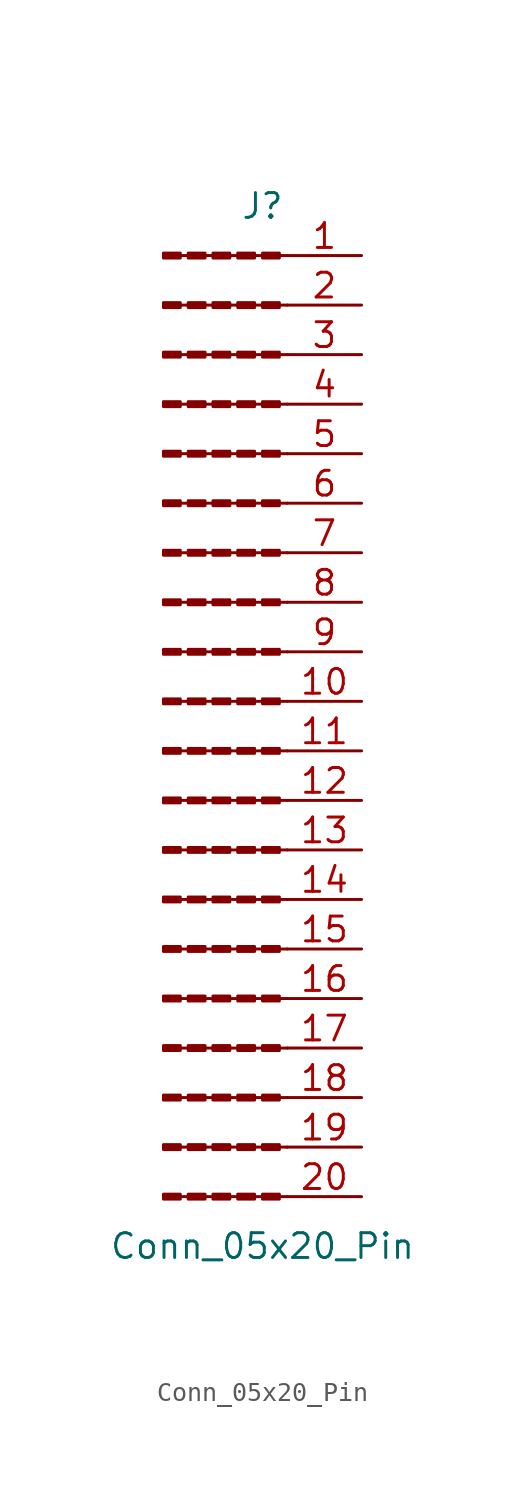
<source format=kicad_sym>
(kicad_symbol_lib
  (version 20220914)
  (generator kicad_symbol_editor)
  (symbol "Conn_05x20_Pin"
    (pin_names
      (offset 1.016) hide)
    (property "Reference" "J"
      (at 0 25.4 0)
      (effects (font (size 1.27 1.27))))
    (property "Value" "Conn_05x20_Pin"
      (at 0 -27.94 0)
      (effects (font (size 1.27 1.27))))
    (property "ki_locked" ""
      (at 0 0 0)
      (effects (font (size 1.27 1.27))))
    (symbol "Conn_05x20_Pin_1_1"
      (rectangle (start -5.08 -25.273) (end -4.216 -25.527) (stroke (width 0.152) (type default)) (fill (type outline)))
      (rectangle (start -5.08 0.127) (end -4.216 -0.127) (stroke (width 0.152) (type default)) (fill (type outline)))
      (rectangle (start -4.216 -22.733) (end -5.08 -22.987) (stroke (width 0.152) (type default)) (fill (type outline)))
      (rectangle (start -4.216 -20.193) (end -5.08 -20.447) (stroke (width 0.152) (type default)) (fill (type outline)))
      (rectangle (start -4.216 -17.653) (end -5.08 -17.907) (stroke (width 0.152) (type default)) (fill (type outline)))
      (rectangle (start -4.216 -15.113) (end -5.08 -15.367) (stroke (width 0.152) (type default)) (fill (type outline)))
      (rectangle (start -4.216 -12.573) (end -5.08 -12.827) (stroke (width 0.152) (type default)) (fill (type outline)))
      (rectangle (start -4.216 -10.033) (end -5.08 -10.287) (stroke (width 0.152) (type default)) (fill (type outline)))
      (rectangle (start -4.216 -7.493) (end -5.08 -7.747) (stroke (width 0.152) (type default)) (fill (type outline)))
      (rectangle (start -4.216 -4.953) (end -5.08 -5.207) (stroke (width 0.152) (type default)) (fill (type outline)))
      (rectangle (start -4.216 -2.413) (end -5.08 -2.667) (stroke (width 0.152) (type default)) (fill (type outline)))
      (rectangle (start -4.216 2.667) (end -5.08 2.413) (stroke (width 0.152) (type default)) (fill (type outline)))
      (rectangle (start -4.216 5.207) (end -5.08 4.953) (stroke (width 0.152) (type default)) (fill (type outline)))
      (rectangle (start -4.216 7.747) (end -5.08 7.493) (stroke (width 0.152) (type default)) (fill (type outline)))
      (rectangle (start -4.216 10.287) (end -5.08 10.033) (stroke (width 0.152) (type default)) (fill (type outline)))
      (rectangle (start -4.216 12.827) (end -5.08 12.573) (stroke (width 0.152) (type default)) (fill (type outline)))
      (rectangle (start -4.216 15.367) (end -5.08 15.113) (stroke (width 0.152) (type default)) (fill (type outline)))
      (rectangle (start -4.216 17.907) (end -5.08 17.653) (stroke (width 0.152) (type default)) (fill (type outline)))
      (rectangle (start -4.216 20.447) (end -5.08 20.193) (stroke (width 0.152) (type default)) (fill (type outline)))
      (rectangle (start -4.216 22.987) (end -5.08 22.733) (stroke (width 0.152) (type default)) (fill (type outline)))
      (rectangle (start -3.81 -25.273) (end -2.946 -25.527) (stroke (width 0.152) (type default)) (fill (type outline)))
      (rectangle (start -3.81 0.127) (end -2.946 -0.127) (stroke (width 0.152) (type default)) (fill (type outline)))
      (rectangle (start -2.946 -22.733) (end -3.81 -22.987) (stroke (width 0.152) (type default)) (fill (type outline)))
      (rectangle (start -2.946 -20.193) (end -3.81 -20.447) (stroke (width 0.152) (type default)) (fill (type outline)))
      (rectangle (start -2.946 -17.653) (end -3.81 -17.907) (stroke (width 0.152) (type default)) (fill (type outline)))
      (rectangle (start -2.946 -15.113) (end -3.81 -15.367) (stroke (width 0.152) (type default)) (fill (type outline)))
      (rectangle (start -2.946 -12.573) (end -3.81 -12.827) (stroke (width 0.152) (type default)) (fill (type outline)))
      (rectangle (start -2.946 -10.033) (end -3.81 -10.287) (stroke (width 0.152) (type default)) (fill (type outline)))
      (rectangle (start -2.946 -7.493) (end -3.81 -7.747) (stroke (width 0.152) (type default)) (fill (type outline)))
      (rectangle (start -2.946 -4.953) (end -3.81 -5.207) (stroke (width 0.152) (type default)) (fill (type outline)))
      (rectangle (start -2.946 -2.413) (end -3.81 -2.667) (stroke (width 0.152) (type default)) (fill (type outline)))
      (rectangle (start -2.946 2.667) (end -3.81 2.413) (stroke (width 0.152) (type default)) (fill (type outline)))
      (rectangle (start -2.946 5.207) (end -3.81 4.953) (stroke (width 0.152) (type default)) (fill (type outline)))
      (rectangle (start -2.946 7.747) (end -3.81 7.493) (stroke (width 0.152) (type default)) (fill (type outline)))
      (rectangle (start -2.946 10.287) (end -3.81 10.033) (stroke (width 0.152) (type default)) (fill (type outline)))
      (rectangle (start -2.946 12.827) (end -3.81 12.573) (stroke (width 0.152) (type default)) (fill (type outline)))
      (rectangle (start -2.946 15.367) (end -3.81 15.113) (stroke (width 0.152) (type default)) (fill (type outline)))
      (rectangle (start -2.946 17.907) (end -3.81 17.653) (stroke (width 0.152) (type default)) (fill (type outline)))
      (rectangle (start -2.946 20.447) (end -3.81 20.193) (stroke (width 0.152) (type default)) (fill (type outline)))
      (rectangle (start -2.946 22.987) (end -3.81 22.733) (stroke (width 0.152) (type default)) (fill (type outline)))
      (rectangle (start -2.54 -25.273) (end -1.676 -25.527) (stroke (width 0.152) (type default)) (fill (type outline)))
      (rectangle (start -2.54 0.127) (end -1.676 -0.127) (stroke (width 0.152) (type default)) (fill (type outline)))
      (rectangle (start -1.676 -22.733) (end -2.54 -22.987) (stroke (width 0.152) (type default)) (fill (type outline)))
      (rectangle (start -1.676 -20.193) (end -2.54 -20.447) (stroke (width 0.152) (type default)) (fill (type outline)))
      (rectangle (start -1.676 -17.653) (end -2.54 -17.907) (stroke (width 0.152) (type default)) (fill (type outline)))
      (rectangle (start -1.676 -15.113) (end -2.54 -15.367) (stroke (width 0.152) (type default)) (fill (type outline)))
      (rectangle (start -1.676 -12.573) (end -2.54 -12.827) (stroke (width 0.152) (type default)) (fill (type outline)))
      (rectangle (start -1.676 -10.033) (end -2.54 -10.287) (stroke (width 0.152) (type default)) (fill (type outline)))
      (rectangle (start -1.676 -7.493) (end -2.54 -7.747) (stroke (width 0.152) (type default)) (fill (type outline)))
      (rectangle (start -1.676 -4.953) (end -2.54 -5.207) (stroke (width 0.152) (type default)) (fill (type outline)))
      (rectangle (start -1.676 -2.413) (end -2.54 -2.667) (stroke (width 0.152) (type default)) (fill (type outline)))
      (rectangle (start -1.676 2.667) (end -2.54 2.413) (stroke (width 0.152) (type default)) (fill (type outline)))
      (rectangle (start -1.676 5.207) (end -2.54 4.953) (stroke (width 0.152) (type default)) (fill (type outline)))
      (rectangle (start -1.676 7.747) (end -2.54 7.493) (stroke (width 0.152) (type default)) (fill (type outline)))
      (rectangle (start -1.676 10.287) (end -2.54 10.033) (stroke (width 0.152) (type default)) (fill (type outline)))
      (rectangle (start -1.676 12.827) (end -2.54 12.573) (stroke (width 0.152) (type default)) (fill (type outline)))
      (rectangle (start -1.676 15.367) (end -2.54 15.113) (stroke (width 0.152) (type default)) (fill (type outline)))
      (rectangle (start -1.676 17.907) (end -2.54 17.653) (stroke (width 0.152) (type default)) (fill (type outline)))
      (rectangle (start -1.676 20.447) (end -2.54 20.193) (stroke (width 0.152) (type default)) (fill (type outline)))
      (rectangle (start -1.676 22.987) (end -2.54 22.733) (stroke (width 0.152) (type default)) (fill (type outline)))
      (rectangle (start -1.27 -25.273) (end -0.406 -25.527) (stroke (width 0.152) (type default)) (fill (type outline)))
      (rectangle (start -1.27 0.127) (end -0.406 -0.127) (stroke (width 0.152) (type default)) (fill (type outline)))
      (rectangle (start -0.406 -22.733) (end -1.27 -22.987) (stroke (width 0.152) (type default)) (fill (type outline)))
      (rectangle (start -0.406 -20.193) (end -1.27 -20.447) (stroke (width 0.152) (type default)) (fill (type outline)))
      (rectangle (start -0.406 -17.653) (end -1.27 -17.907) (stroke (width 0.152) (type default)) (fill (type outline)))
      (rectangle (start -0.406 -15.113) (end -1.27 -15.367) (stroke (width 0.152) (type default)) (fill (type outline)))
      (rectangle (start -0.406 -12.573) (end -1.27 -12.827) (stroke (width 0.152) (type default)) (fill (type outline)))
      (rectangle (start -0.406 -10.033) (end -1.27 -10.287) (stroke (width 0.152) (type default)) (fill (type outline)))
      (rectangle (start -0.406 -7.493) (end -1.27 -7.747) (stroke (width 0.152) (type default)) (fill (type outline)))
      (rectangle (start -0.406 -4.953) (end -1.27 -5.207) (stroke (width 0.152) (type default)) (fill (type outline)))
      (rectangle (start -0.406 -2.413) (end -1.27 -2.667) (stroke (width 0.152) (type default)) (fill (type outline)))
      (rectangle (start -0.406 2.667) (end -1.27 2.413) (stroke (width 0.152) (type default)) (fill (type outline)))
      (rectangle (start -0.406 5.207) (end -1.27 4.953) (stroke (width 0.152) (type default)) (fill (type outline)))
      (rectangle (start -0.406 7.747) (end -1.27 7.493) (stroke (width 0.152) (type default)) (fill (type outline)))
      (rectangle (start -0.406 10.287) (end -1.27 10.033) (stroke (width 0.152) (type default)) (fill (type outline)))
      (rectangle (start -0.406 12.827) (end -1.27 12.573) (stroke (width 0.152) (type default)) (fill (type outline)))
      (rectangle (start -0.406 15.367) (end -1.27 15.113) (stroke (width 0.152) (type default)) (fill (type outline)))
      (rectangle (start -0.406 17.907) (end -1.27 17.653) (stroke (width 0.152) (type default)) (fill (type outline)))
      (rectangle (start -0.406 20.447) (end -1.27 20.193) (stroke (width 0.152) (type default)) (fill (type outline)))
      (rectangle (start -0.406 22.987) (end -1.27 22.733) (stroke (width 0.152) (type default)) (fill (type outline)))
      (rectangle (start 0 -25.273) (end 0.864 -25.527) (stroke (width 0.152) (type default)) (fill (type outline)))
      (polyline (pts (xy -3.81 -25.4) (xy -4.216 -25.4)) (stroke (width 0.152) (type default)) (fill (type none)))
      (polyline (pts (xy -3.81 -22.86) (xy -4.216 -22.86)) (stroke (width 0.152) (type default)) (fill (type none)))
      (polyline (pts (xy -3.81 -20.32) (xy -4.216 -20.32)) (stroke (width 0.152) (type default)) (fill (type none)))
      (polyline (pts (xy -3.81 -17.78) (xy -4.216 -17.78)) (stroke (width 0.152) (type default)) (fill (type none)))
      (polyline (pts (xy -3.81 -15.24) (xy -4.216 -15.24)) (stroke (width 0.152) (type default)) (fill (type none)))
      (polyline (pts (xy -3.81 -12.7) (xy -4.216 -12.7)) (stroke (width 0.152) (type default)) (fill (type none)))
      (polyline (pts (xy -3.81 -10.16) (xy -4.216 -10.16)) (stroke (width 0.152) (type default)) (fill (type none)))
      (polyline (pts (xy -3.81 -7.62) (xy -4.216 -7.62)) (stroke (width 0.152) (type default)) (fill (type none)))
      (polyline (pts (xy -3.81 -5.08) (xy -4.216 -5.08)) (stroke (width 0.152) (type default)) (fill (type none)))
      (polyline (pts (xy -3.81 -2.54) (xy -4.216 -2.54)) (stroke (width 0.152) (type default)) (fill (type none)))
      (polyline (pts (xy -3.81 0) (xy -4.216 0)) (stroke (width 0.152) (type default)) (fill (type none)))
      (polyline (pts (xy -3.81 2.54) (xy -4.216 2.54)) (stroke (width 0.152) (type default)) (fill (type none)))
      (polyline (pts (xy -3.81 5.08) (xy -4.216 5.08)) (stroke (width 0.152) (type default)) (fill (type none)))
      (polyline (pts (xy -3.81 7.62) (xy -4.216 7.62)) (stroke (width 0.152) (type default)) (fill (type none)))
      (polyline (pts (xy -3.81 10.16) (xy -4.216 10.16)) (stroke (width 0.152) (type default)) (fill (type none)))
      (polyline (pts (xy -3.81 12.7) (xy -4.216 12.7)) (stroke (width 0.152) (type default)) (fill (type none)))
      (polyline (pts (xy -3.81 15.24) (xy -4.216 15.24)) (stroke (width 0.152) (type default)) (fill (type none)))
      (polyline (pts (xy -3.81 17.78) (xy -4.216 17.78)) (stroke (width 0.152) (type default)) (fill (type none)))
      (polyline (pts (xy -3.81 20.32) (xy -4.216 20.32)) (stroke (width 0.152) (type default)) (fill (type none)))
      (polyline (pts (xy -3.81 22.86) (xy -4.216 22.86)) (stroke (width 0.152) (type default)) (fill (type none)))
      (polyline (pts (xy -2.54 -25.4) (xy -2.946 -25.4)) (stroke (width 0.152) (type default)) (fill (type none)))
      (polyline (pts (xy -2.54 -22.86) (xy -2.946 -22.86)) (stroke (width 0.152) (type default)) (fill (type none)))
      (polyline (pts (xy -2.54 -20.32) (xy -2.946 -20.32)) (stroke (width 0.152) (type default)) (fill (type none)))
      (polyline (pts (xy -2.54 -17.78) (xy -2.946 -17.78)) (stroke (width 0.152) (type default)) (fill (type none)))
      (polyline (pts (xy -2.54 -15.24) (xy -2.946 -15.24)) (stroke (width 0.152) (type default)) (fill (type none)))
      (polyline (pts (xy -2.54 -12.7) (xy -2.946 -12.7)) (stroke (width 0.152) (type default)) (fill (type none)))
      (polyline (pts (xy -2.54 -10.16) (xy -2.946 -10.16)) (stroke (width 0.152) (type default)) (fill (type none)))
      (polyline (pts (xy -2.54 -7.62) (xy -2.946 -7.62)) (stroke (width 0.152) (type default)) (fill (type none)))
      (polyline (pts (xy -2.54 -5.08) (xy -2.946 -5.08)) (stroke (width 0.152) (type default)) (fill (type none)))
      (polyline (pts (xy -2.54 -2.54) (xy -2.946 -2.54)) (stroke (width 0.152) (type default)) (fill (type none)))
      (polyline (pts (xy -2.54 0) (xy -2.946 0)) (stroke (width 0.152) (type default)) (fill (type none)))
      (polyline (pts (xy -2.54 2.54) (xy -2.946 2.54)) (stroke (width 0.152) (type default)) (fill (type none)))
      (polyline (pts (xy -2.54 5.08) (xy -2.946 5.08)) (stroke (width 0.152) (type default)) (fill (type none)))
      (polyline (pts (xy -2.54 7.62) (xy -2.946 7.62)) (stroke (width 0.152) (type default)) (fill (type none)))
      (polyline (pts (xy -2.54 10.16) (xy -2.946 10.16)) (stroke (width 0.152) (type default)) (fill (type none)))
      (polyline (pts (xy -2.54 12.7) (xy -2.946 12.7)) (stroke (width 0.152) (type default)) (fill (type none)))
      (polyline (pts (xy -2.54 15.24) (xy -2.946 15.24)) (stroke (width 0.152) (type default)) (fill (type none)))
      (polyline (pts (xy -2.54 17.78) (xy -2.946 17.78)) (stroke (width 0.152) (type default)) (fill (type none)))
      (polyline (pts (xy -2.54 20.32) (xy -2.946 20.32)) (stroke (width 0.152) (type default)) (fill (type none)))
      (polyline (pts (xy -2.54 22.86) (xy -2.946 22.86)) (stroke (width 0.152) (type default)) (fill (type none)))
      (polyline (pts (xy -1.27 -25.4) (xy -1.676 -25.4)) (stroke (width 0.152) (type default)) (fill (type none)))
      (polyline (pts (xy -1.27 -22.86) (xy -1.676 -22.86)) (stroke (width 0.152) (type default)) (fill (type none)))
      (polyline (pts (xy -1.27 -20.32) (xy -1.676 -20.32)) (stroke (width 0.152) (type default)) (fill (type none)))
      (polyline (pts (xy -1.27 -17.78) (xy -1.676 -17.78)) (stroke (width 0.152) (type default)) (fill (type none)))
      (polyline (pts (xy -1.27 -15.24) (xy -1.676 -15.24)) (stroke (width 0.152) (type default)) (fill (type none)))
      (polyline (pts (xy -1.27 -12.7) (xy -1.676 -12.7)) (stroke (width 0.152) (type default)) (fill (type none)))
      (polyline (pts (xy -1.27 -10.16) (xy -1.676 -10.16)) (stroke (width 0.152) (type default)) (fill (type none)))
      (polyline (pts (xy -1.27 -7.62) (xy -1.676 -7.62)) (stroke (width 0.152) (type default)) (fill (type none)))
      (polyline (pts (xy -1.27 -5.08) (xy -1.676 -5.08)) (stroke (width 0.152) (type default)) (fill (type none)))
      (polyline (pts (xy -1.27 -2.54) (xy -1.676 -2.54)) (stroke (width 0.152) (type default)) (fill (type none)))
      (polyline (pts (xy -1.27 0) (xy -1.676 0)) (stroke (width 0.152) (type default)) (fill (type none)))
      (polyline (pts (xy -1.27 2.54) (xy -1.676 2.54)) (stroke (width 0.152) (type default)) (fill (type none)))
      (polyline (pts (xy -1.27 5.08) (xy -1.676 5.08)) (stroke (width 0.152) (type default)) (fill (type none)))
      (polyline (pts (xy -1.27 7.62) (xy -1.676 7.62)) (stroke (width 0.152) (type default)) (fill (type none)))
      (polyline (pts (xy -1.27 10.16) (xy -1.676 10.16)) (stroke (width 0.152) (type default)) (fill (type none)))
      (polyline (pts (xy -1.27 12.7) (xy -1.676 12.7)) (stroke (width 0.152) (type default)) (fill (type none)))
      (polyline (pts (xy -1.27 15.24) (xy -1.676 15.24)) (stroke (width 0.152) (type default)) (fill (type none)))
      (polyline (pts (xy -1.27 17.78) (xy -1.676 17.78)) (stroke (width 0.152) (type default)) (fill (type none)))
      (polyline (pts (xy -1.27 20.32) (xy -1.676 20.32)) (stroke (width 0.152) (type default)) (fill (type none)))
      (polyline (pts (xy -1.27 22.86) (xy -1.676 22.86)) (stroke (width 0.152) (type default)) (fill (type none)))
      (polyline (pts (xy 0 -25.4) (xy -0.406 -25.4)) (stroke (width 0.152) (type default)) (fill (type none)))
      (polyline (pts (xy 0 -22.86) (xy -0.406 -22.86)) (stroke (width 0.152) (type default)) (fill (type none)))
      (polyline (pts (xy 0 -20.32) (xy -0.406 -20.32)) (stroke (width 0.152) (type default)) (fill (type none)))
      (polyline (pts (xy 0 -17.78) (xy -0.406 -17.78)) (stroke (width 0.152) (type default)) (fill (type none)))
      (polyline (pts (xy 0 -15.24) (xy -0.406 -15.24)) (stroke (width 0.152) (type default)) (fill (type none)))
      (polyline (pts (xy 0 -12.7) (xy -0.406 -12.7)) (stroke (width 0.152) (type default)) (fill (type none)))
      (polyline (pts (xy 0 -10.16) (xy -0.406 -10.16)) (stroke (width 0.152) (type default)) (fill (type none)))
      (polyline (pts (xy 0 -7.62) (xy -0.406 -7.62)) (stroke (width 0.152) (type default)) (fill (type none)))
      (polyline (pts (xy 0 -5.08) (xy -0.406 -5.08)) (stroke (width 0.152) (type default)) (fill (type none)))
      (polyline (pts (xy 0 -2.54) (xy -0.406 -2.54)) (stroke (width 0.152) (type default)) (fill (type none)))
      (polyline (pts (xy 0 0) (xy -0.406 0)) (stroke (width 0.152) (type default)) (fill (type none)))
      (polyline (pts (xy 0 2.54) (xy -0.406 2.54)) (stroke (width 0.152) (type default)) (fill (type none)))
      (polyline (pts (xy 0 5.08) (xy -0.406 5.08)) (stroke (width 0.152) (type default)) (fill (type none)))
      (polyline (pts (xy 0 7.62) (xy -0.406 7.62)) (stroke (width 0.152) (type default)) (fill (type none)))
      (polyline (pts (xy 0 10.16) (xy -0.406 10.16)) (stroke (width 0.152) (type default)) (fill (type none)))
      (polyline (pts (xy 0 12.7) (xy -0.406 12.7)) (stroke (width 0.152) (type default)) (fill (type none)))
      (polyline (pts (xy 0 15.24) (xy -0.406 15.24)) (stroke (width 0.152) (type default)) (fill (type none)))
      (polyline (pts (xy 0 17.78) (xy -0.406 17.78)) (stroke (width 0.152) (type default)) (fill (type none)))
      (polyline (pts (xy 0 20.32) (xy -0.406 20.32)) (stroke (width 0.152) (type default)) (fill (type none)))
      (polyline (pts (xy 0 22.86) (xy -0.406 22.86)) (stroke (width 0.152) (type default)) (fill (type none)))
      (polyline (pts (xy 1.27 -25.4) (xy 0.864 -25.4)) (stroke (width 0.152) (type default)) (fill (type none)))
      (polyline (pts (xy 1.27 -22.86) (xy 0.864 -22.86)) (stroke (width 0.152) (type default)) (fill (type none)))
      (polyline (pts (xy 1.27 -20.32) (xy 0.864 -20.32)) (stroke (width 0.152) (type default)) (fill (type none)))
      (polyline (pts (xy 1.27 -17.78) (xy 0.864 -17.78)) (stroke (width 0.152) (type default)) (fill (type none)))
      (polyline (pts (xy 1.27 -15.24) (xy 0.864 -15.24)) (stroke (width 0.152) (type default)) (fill (type none)))
      (polyline (pts (xy 1.27 -12.7) (xy 0.864 -12.7)) (stroke (width 0.152) (type default)) (fill (type none)))
      (polyline (pts (xy 1.27 -10.16) (xy 0.864 -10.16)) (stroke (width 0.152) (type default)) (fill (type none)))
      (polyline (pts (xy 1.27 -7.62) (xy 0.864 -7.62)) (stroke (width 0.152) (type default)) (fill (type none)))
      (polyline (pts (xy 1.27 -5.08) (xy 0.864 -5.08)) (stroke (width 0.152) (type default)) (fill (type none)))
      (polyline (pts (xy 1.27 -2.54) (xy 0.864 -2.54)) (stroke (width 0.152) (type default)) (fill (type none)))
      (polyline (pts (xy 1.27 0) (xy 0.864 0)) (stroke (width 0.152) (type default)) (fill (type none)))
      (polyline (pts (xy 1.27 2.54) (xy 0.864 2.54)) (stroke (width 0.152) (type default)) (fill (type none)))
      (polyline (pts (xy 1.27 5.08) (xy 0.864 5.08)) (stroke (width 0.152) (type default)) (fill (type none)))
      (polyline (pts (xy 1.27 7.62) (xy 0.864 7.62)) (stroke (width 0.152) (type default)) (fill (type none)))
      (polyline (pts (xy 1.27 10.16) (xy 0.864 10.16)) (stroke (width 0.152) (type default)) (fill (type none)))
      (polyline (pts (xy 1.27 12.7) (xy 0.864 12.7)) (stroke (width 0.152) (type default)) (fill (type none)))
      (polyline (pts (xy 1.27 15.24) (xy 0.864 15.24)) (stroke (width 0.152) (type default)) (fill (type none)))
      (polyline (pts (xy 1.27 17.78) (xy 0.864 17.78)) (stroke (width 0.152) (type default)) (fill (type none)))
      (polyline (pts (xy 1.27 20.32) (xy 0.864 20.32)) (stroke (width 0.152) (type default)) (fill (type none)))
      (polyline (pts (xy 1.27 22.86) (xy 0.864 22.86)) (stroke (width 0.152) (type default)) (fill (type none)))
      (rectangle (start 0.864 -22.733) (end 0 -22.987) (stroke (width 0.152) (type default)) (fill (type outline)))
      (rectangle (start 0.864 -20.193) (end 0 -20.447) (stroke (width 0.152) (type default)) (fill (type outline)))
      (rectangle (start 0.864 -17.653) (end 0 -17.907) (stroke (width 0.152) (type default)) (fill (type outline)))
      (rectangle (start 0.864 -15.113) (end 0 -15.367) (stroke (width 0.152) (type default)) (fill (type outline)))
      (rectangle (start 0.864 -12.573) (end 0 -12.827) (stroke (width 0.152) (type default)) (fill (type outline)))
      (rectangle (start 0.864 -10.033) (end 0 -10.287) (stroke (width 0.152) (type default)) (fill (type outline)))
      (rectangle (start 0.864 -7.493) (end 0 -7.747) (stroke (width 0.152) (type default)) (fill (type outline)))
      (rectangle (start 0.864 -4.953) (end 0 -5.207) (stroke (width 0.152) (type default)) (fill (type outline)))
      (rectangle (start 0.864 -2.413) (end 0 -2.667) (stroke (width 0.152) (type default)) (fill (type outline)))
      (rectangle (start 0.864 0.127) (end 0 -0.127) (stroke (width 0.152) (type default)) (fill (type outline)))
      (rectangle (start 0.864 2.667) (end 0 2.413) (stroke (width 0.152) (type default)) (fill (type outline)))
      (rectangle (start 0.864 5.207) (end 0 4.953) (stroke (width 0.152) (type default)) (fill (type outline)))
      (rectangle (start 0.864 7.747) (end 0 7.493) (stroke (width 0.152) (type default)) (fill (type outline)))
      (rectangle (start 0.864 10.287) (end 0 10.033) (stroke (width 0.152) (type default)) (fill (type outline)))
      (rectangle (start 0.864 12.827) (end 0 12.573) (stroke (width 0.152) (type default)) (fill (type outline)))
      (rectangle (start 0.864 15.367) (end 0 15.113) (stroke (width 0.152) (type default)) (fill (type outline)))
      (rectangle (start 0.864 17.907) (end 0 17.653) (stroke (width 0.152) (type default)) (fill (type outline)))
      (rectangle (start 0.864 20.447) (end 0 20.193) (stroke (width 0.152) (type default)) (fill (type outline)))
      (rectangle (start 0.864 22.987) (end 0 22.733) (stroke (width 0.152) (type default)) (fill (type outline)))
      (pin passive line (at 5.08 22.86 180) (length 3.81) (name "Pin_1" (effects (font (size 1.27 1.27)))) (number "1" (effects (font (size 1.27 1.27)))))
      (pin passive line (at 5.08 0 180) (length 3.81) (name "Pin_10" (effects (font (size 1.27 1.27)))) (number "10" (effects (font (size 1.27 1.27)))))
      (pin passive line (at 5.08 -2.54 180) (length 3.81) (name "Pin_11" (effects (font (size 1.27 1.27)))) (number "11" (effects (font (size 1.27 1.27)))))
      (pin passive line (at 5.08 -5.08 180) (length 3.81) (name "Pin_12" (effects (font (size 1.27 1.27)))) (number "12" (effects (font (size 1.27 1.27)))))
      (pin passive line (at 5.08 -7.62 180) (length 3.81) (name "Pin_13" (effects (font (size 1.27 1.27)))) (number "13" (effects (font (size 1.27 1.27)))))
      (pin passive line (at 5.08 -10.16 180) (length 3.81) (name "Pin_14" (effects (font (size 1.27 1.27)))) (number "14" (effects (font (size 1.27 1.27)))))
      (pin passive line (at 5.08 -12.7 180) (length 3.81) (name "Pin_15" (effects (font (size 1.27 1.27)))) (number "15" (effects (font (size 1.27 1.27)))))
      (pin passive line (at 5.08 -15.24 180) (length 3.81) (name "Pin_16" (effects (font (size 1.27 1.27)))) (number "16" (effects (font (size 1.27 1.27)))))
      (pin passive line (at 5.08 -17.78 180) (length 3.81) (name "Pin_17" (effects (font (size 1.27 1.27)))) (number "17" (effects (font (size 1.27 1.27)))))
      (pin passive line (at 5.08 -20.32 180) (length 3.81) (name "Pin_18" (effects (font (size 1.27 1.27)))) (number "18" (effects (font (size 1.27 1.27)))))
      (pin passive line (at 5.08 -22.86 180) (length 3.81) (name "Pin_19" (effects (font (size 1.27 1.27)))) (number "19" (effects (font (size 1.27 1.27)))))
      (pin passive line (at 5.08 20.32 180) (length 3.81) (name "Pin_2" (effects (font (size 1.27 1.27)))) (number "2" (effects (font (size 1.27 1.27)))))
      (pin passive line (at 5.08 -25.4 180) (length 3.81) (name "Pin_20" (effects (font (size 1.27 1.27)))) (number "20" (effects (font (size 1.27 1.27)))))
      (pin passive line (at 5.08 17.78 180) (length 3.81) (name "Pin_3" (effects (font (size 1.27 1.27)))) (number "3" (effects (font (size 1.27 1.27)))))
      (pin passive line (at 5.08 15.24 180) (length 3.81) (name "Pin_4" (effects (font (size 1.27 1.27)))) (number "4" (effects (font (size 1.27 1.27)))))
      (pin passive line (at 5.08 12.7 180) (length 3.81) (name "Pin_5" (effects (font (size 1.27 1.27)))) (number "5" (effects (font (size 1.27 1.27)))))
      (pin passive line (at 5.08 10.16 180) (length 3.81) (name "Pin_6" (effects (font (size 1.27 1.27)))) (number "6" (effects (font (size 1.27 1.27)))))
      (pin passive line (at 5.08 7.62 180) (length 3.81) (name "Pin_7" (effects (font (size 1.27 1.27)))) (number "7" (effects (font (size 1.27 1.27)))))
      (pin passive line (at 5.08 5.08 180) (length 3.81) (name "Pin_8" (effects (font (size 1.27 1.27)))) (number "8" (effects (font (size 1.27 1.27)))))
      (pin passive line (at 5.08 2.54 180) (length 3.81) (name "Pin_9" (effects (font (size 1.27 1.27)))) (number "9" (effects (font (size 1.27 1.27))))))))
</source>
